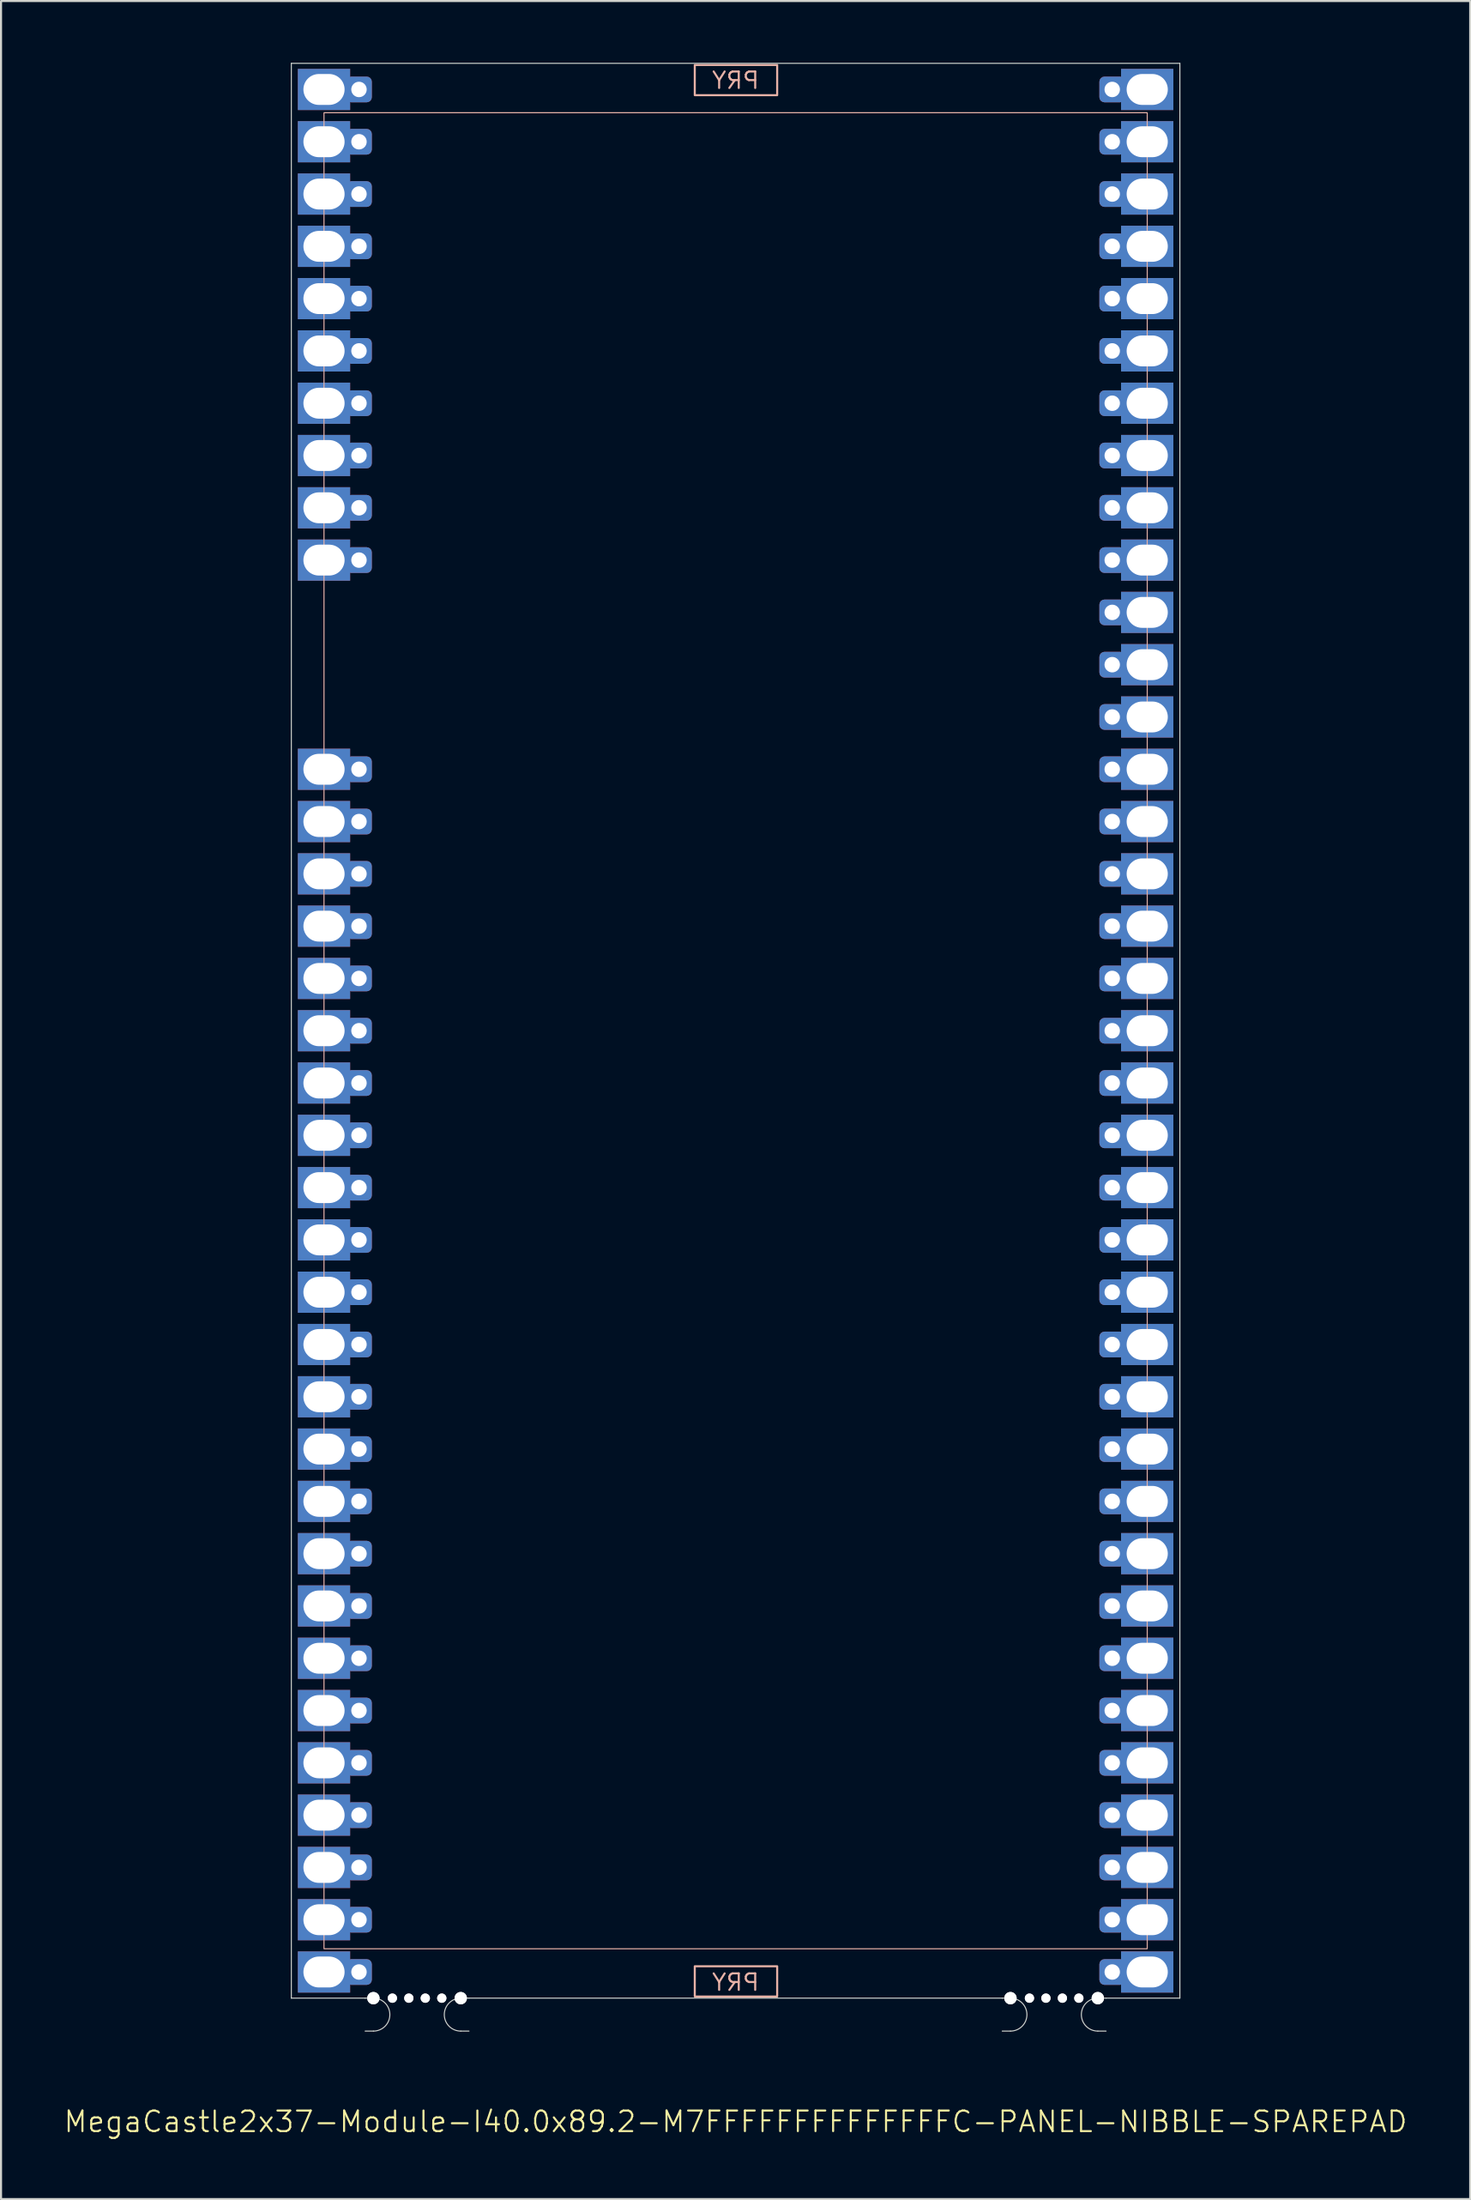
<source format=kicad_pcb>
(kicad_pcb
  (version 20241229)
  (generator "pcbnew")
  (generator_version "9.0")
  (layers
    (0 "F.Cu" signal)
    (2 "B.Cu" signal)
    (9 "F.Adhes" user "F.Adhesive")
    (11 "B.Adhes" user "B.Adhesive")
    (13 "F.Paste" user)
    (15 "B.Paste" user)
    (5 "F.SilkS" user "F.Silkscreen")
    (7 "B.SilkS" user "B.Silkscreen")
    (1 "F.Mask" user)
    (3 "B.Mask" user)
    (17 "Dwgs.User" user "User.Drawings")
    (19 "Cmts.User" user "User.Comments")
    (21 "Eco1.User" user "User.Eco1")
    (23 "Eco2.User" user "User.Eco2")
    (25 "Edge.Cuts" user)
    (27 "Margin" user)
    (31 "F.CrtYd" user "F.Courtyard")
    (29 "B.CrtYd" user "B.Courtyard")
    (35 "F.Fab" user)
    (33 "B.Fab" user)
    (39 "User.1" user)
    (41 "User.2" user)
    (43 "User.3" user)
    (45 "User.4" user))
  (footprint "MegaCastle2x37-Module-I40.0x89.2-M7FFFFFFFFFFFFFFC-PANEL-NIBBLE-SPAREPAD"
    (layer "F.Cu")
    (at 32.693 47.015)
    (property "Reference" "MegaCastle2x37-Module-I40.0x89.2-M7FFFFFFFFFFFFFFC-PANEL-NIBBLE-SPAREPAD" (at 0 52.99 0) (unlocked yes) (layer "F.SilkS") (effects (font (size 1 1) (thickness 0.1))))
    (attr smd)
    (fp_rect (start -20 44.59) (end 20 -44.59) (stroke (width 0.05) (type default)) (fill no) (layer "B.SilkS"))
    (fp_rect (start -1.984 -45.441) (end 2.02 -46.91) (stroke (width 0.1) (type default)) (fill no) (layer "B.SilkS"))
    (fp_rect (start -1.984 45.441) (end 2.02 46.91) (stroke (width 0.1) (type default)) (fill no) (layer "B.SilkS"))
    (fp_line (start -21.587 -46.99) (end -21.587 46.99) (stroke (width 0.05) (type default)) (layer "Edge.Cuts"))
    (fp_line (start -21.587 -46.99) (end 21.587 -46.99) (stroke (width 0.05) (type default)) (layer "Edge.Cuts"))
    (fp_line (start -21.587 46.99) (end -18 46.99) (stroke (width 0.05) (type default)) (layer "Edge.Cuts"))
    (fp_line (start -18 46.99) (end -17.6 46.99) (stroke (width 0.05) (type default)) (layer "Edge.Cuts"))
    (fp_line (start -18 48.59) (end -17.6 48.59) (stroke (width 0.05) (type default)) (layer "Edge.Cuts"))
    (fp_line (start -12.955 46.99) (end -13.355 46.99) (stroke (width 0.05) (type default)) (layer "Edge.Cuts"))
    (fp_line (start -12.955 46.99) (end 12.955 46.99) (stroke (width 0.05) (type default)) (layer "Edge.Cuts"))
    (fp_line (start -12.955 48.59) (end -13.355 48.59) (stroke (width 0.05) (type default)) (layer "Edge.Cuts"))
    (fp_line (start 12.955 46.99) (end 13.355 46.99) (stroke (width 0.05) (type default)) (layer "Edge.Cuts"))
    (fp_line (start 12.955 48.59) (end 13.355 48.59) (stroke (width 0.05) (type default)) (layer "Edge.Cuts"))
    (fp_line (start 18 46.99) (end 17.6 46.99) (stroke (width 0.05) (type default)) (layer "Edge.Cuts"))
    (fp_line (start 18 46.99) (end 21.587 46.99) (stroke (width 0.05) (type default)) (layer "Edge.Cuts"))
    (fp_line (start 18 48.59) (end 17.6 48.59) (stroke (width 0.05) (type default)) (layer "Edge.Cuts"))
    (fp_line (start 21.587 -46.99) (end 21.587 46.99) (stroke (width 0.05) (type default)) (layer "Edge.Cuts"))
    (fp_arc (start -17.6 46.990002) (mid -16.799999 47.790001) (end -17.6 48.59) (stroke (width 0.05) (type default)) (layer "Edge.Cuts"))
    (fp_arc (start -13.355 48.59) (mid -14.155 47.790001) (end -13.355 46.990002) (stroke (width 0.05) (type default)) (layer "Edge.Cuts"))
    (fp_arc (start 13.355001 46.990002) (mid 14.155002 47.790001) (end 13.355001 48.59) (stroke (width 0.05) (type default)) (layer "Edge.Cuts"))
    (fp_arc (start 17.600002 48.59) (mid 16.8 47.79) (end 17.600002 46.990002) (stroke (width 0.05) (type default)) (layer "Edge.Cuts"))
    (fp_text user "PRY" (at 0 46.69 0) (unlocked yes) (layer "B.SilkS") (effects (font (size 0.8 0.8) (thickness 0.1)) (justify bottom mirror)))
    (fp_text user "PRY" (at 0 -45.69 0) (unlocked yes) (layer "B.SilkS") (effects (font (size 0.8 0.8) (thickness 0.1)) (justify bottom mirror)))
    (pad "" np_thru_hole circle (at -17.6 46.99) (size 0.6 0.6) (drill 0.6) (layers "*.Cu" "Edge.Cuts"))
    (pad "" np_thru_hole circle (at -16.677 46.99) (size 0.45 0.45) (drill 0.45) (layers "*.Cu" "Edge.Cuts"))
    (pad "" np_thru_hole circle (at -15.878 46.99) (size 0.45 0.45) (drill 0.45) (layers "*.Cu" "Edge.Cuts"))
    (pad "" np_thru_hole circle (at -15.078 46.99) (size 0.45 0.45) (drill 0.45) (layers "*.Cu" "Edge.Cuts"))
    (pad "" np_thru_hole circle (at -14.277 46.99) (size 0.45 0.45) (drill 0.45) (layers "*.Cu" "Edge.Cuts"))
    (pad "" np_thru_hole circle (at -13.355 46.99) (size 0.6 0.6) (drill 0.6) (layers "*.Cu" "Edge.Cuts"))
    (pad "" np_thru_hole circle (at 13.355 46.99) (size 0.6 0.6) (drill 0.6) (layers "*.Cu" "Edge.Cuts"))
    (pad "" np_thru_hole circle (at 14.278 46.99) (size 0.45 0.45) (drill 0.45) (layers "*.Cu" "Edge.Cuts"))
    (pad "" np_thru_hole circle (at 15.078 46.99) (size 0.45 0.45) (drill 0.45) (layers "*.Cu" "Edge.Cuts"))
    (pad "" np_thru_hole circle (at 15.878 46.99) (size 0.45 0.45) (drill 0.45) (layers "*.Cu" "Edge.Cuts"))
    (pad "" np_thru_hole circle (at 16.678 46.99) (size 0.45 0.45) (drill 0.45) (layers "*.Cu" "Edge.Cuts"))
    (pad "" np_thru_hole circle (at 17.6 46.99) (size 0.6 0.6) (drill 0.6) (layers "*.Cu" "Edge.Cuts"))
    (pad "1" thru_hole rect (at -20 -45.72) (size 2.54 2) (drill oval 2 1.5) (property pad_prop_castellated) (layers "*.Cu" "*.Mask"))
    (pad "1" thru_hole roundrect (at -18.3 -45.72 180) (size 1.25 1.25) (drill 0.75) (layers "*.Cu" "*.Mask") (roundrect_rratio 0.2))
    (pad "2" thru_hole rect (at -20 -43.18) (size 2.54 2) (drill oval 2 1.5) (property pad_prop_castellated) (layers "*.Cu" "*.Mask"))
    (pad "2" thru_hole roundrect (at -18.3 -43.18 180) (size 1.25 1.25) (drill 0.75) (layers "*.Cu" "*.Mask") (roundrect_rratio 0.2))
    (pad "3" thru_hole rect (at -20 -40.64) (size 2.54 2) (drill oval 2 1.5) (property pad_prop_castellated) (layers "*.Cu" "*.Mask"))
    (pad "3" thru_hole roundrect (at -18.3 -40.64 180) (size 1.25 1.25) (drill 0.75) (layers "*.Cu" "*.Mask") (roundrect_rratio 0.2))
    (pad "4" thru_hole rect (at -20 -38.1) (size 2.54 2) (drill oval 2 1.5) (property pad_prop_castellated) (layers "*.Cu" "*.Mask"))
    (pad "4" thru_hole roundrect (at -18.3 -38.1 180) (size 1.25 1.25) (drill 0.75) (layers "*.Cu" "*.Mask") (roundrect_rratio 0.2))
    (pad "5" thru_hole rect (at -20 -35.56) (size 2.54 2) (drill oval 2 1.5) (property pad_prop_castellated) (layers "*.Cu" "*.Mask"))
    (pad "5" thru_hole roundrect (at -18.3 -35.56 180) (size 1.25 1.25) (drill 0.75) (layers "*.Cu" "*.Mask") (roundrect_rratio 0.2))
    (pad "6" thru_hole rect (at -20 -33.02) (size 2.54 2) (drill oval 2 1.5) (property pad_prop_castellated) (layers "*.Cu" "*.Mask"))
    (pad "6" thru_hole roundrect (at -18.3 -33.02 180) (size 1.25 1.25) (drill 0.75) (layers "*.Cu" "*.Mask") (roundrect_rratio 0.2))
    (pad "7" thru_hole rect (at -20 -30.48) (size 2.54 2) (drill oval 2 1.5) (property pad_prop_castellated) (layers "*.Cu" "*.Mask"))
    (pad "7" thru_hole roundrect (at -18.3 -30.48 180) (size 1.25 1.25) (drill 0.75) (layers "*.Cu" "*.Mask") (roundrect_rratio 0.2))
    (pad "8" thru_hole rect (at -20 -27.94) (size 2.54 2) (drill oval 2 1.5) (property pad_prop_castellated) (layers "*.Cu" "*.Mask"))
    (pad "8" thru_hole roundrect (at -18.3 -27.94 180) (size 1.25 1.25) (drill 0.75) (layers "*.Cu" "*.Mask") (roundrect_rratio 0.2))
    (pad "9" thru_hole rect (at -20 -25.4) (size 2.54 2) (drill oval 2 1.5) (property pad_prop_castellated) (layers "*.Cu" "*.Mask"))
    (pad "9" thru_hole roundrect (at -18.3 -25.4 180) (size 1.25 1.25) (drill 0.75) (layers "*.Cu" "*.Mask") (roundrect_rratio 0.2))
    (pad "10" thru_hole rect (at -20 -22.86) (size 2.54 2) (drill oval 2 1.5) (property pad_prop_castellated) (layers "*.Cu" "*.Mask"))
    (pad "10" thru_hole roundrect (at -18.3 -22.86 180) (size 1.25 1.25) (drill 0.75) (layers "*.Cu" "*.Mask") (roundrect_rratio 0.2))
    (pad "14" thru_hole rect (at -20 -12.7) (size 2.54 2) (drill oval 2 1.5) (property pad_prop_castellated) (layers "*.Cu" "*.Mask"))
    (pad "14" thru_hole roundrect (at -18.3 -12.7 180) (size 1.25 1.25) (drill 0.75) (layers "*.Cu" "*.Mask") (roundrect_rratio 0.2))
    (pad "15" thru_hole rect (at -20 -10.16) (size 2.54 2) (drill oval 2 1.5) (property pad_prop_castellated) (layers "*.Cu" "*.Mask"))
    (pad "15" thru_hole roundrect (at -18.3 -10.16 180) (size 1.25 1.25) (drill 0.75) (layers "*.Cu" "*.Mask") (roundrect_rratio 0.2))
    (pad "16" thru_hole rect (at -20 -7.62) (size 2.54 2) (drill oval 2 1.5) (property pad_prop_castellated) (layers "*.Cu" "*.Mask"))
    (pad "16" thru_hole roundrect (at -18.3 -7.62 180) (size 1.25 1.25) (drill 0.75) (layers "*.Cu" "*.Mask") (roundrect_rratio 0.2))
    (pad "17" thru_hole rect (at -20 -5.08) (size 2.54 2) (drill oval 2 1.5) (property pad_prop_castellated) (layers "*.Cu" "*.Mask"))
    (pad "17" thru_hole roundrect (at -18.3 -5.08 180) (size 1.25 1.25) (drill 0.75) (layers "*.Cu" "*.Mask") (roundrect_rratio 0.2))
    (pad "18" thru_hole rect (at -20 -2.54) (size 2.54 2) (drill oval 2 1.5) (property pad_prop_castellated) (layers "*.Cu" "*.Mask"))
    (pad "18" thru_hole roundrect (at -18.3 -2.54 180) (size 1.25 1.25) (drill 0.75) (layers "*.Cu" "*.Mask") (roundrect_rratio 0.2))
    (pad "19" thru_hole rect (at -20 0) (size 2.54 2) (drill oval 2 1.5) (property pad_prop_castellated) (layers "*.Cu" "*.Mask"))
    (pad "19" thru_hole roundrect (at -18.3 0 180) (size 1.25 1.25) (drill 0.75) (layers "*.Cu" "*.Mask") (roundrect_rratio 0.2))
    (pad "20" thru_hole rect (at -20 2.54) (size 2.54 2) (drill oval 2 1.5) (property pad_prop_castellated) (layers "*.Cu" "*.Mask"))
    (pad "20" thru_hole roundrect (at -18.3 2.54 180) (size 1.25 1.25) (drill 0.75) (layers "*.Cu" "*.Mask") (roundrect_rratio 0.2))
    (pad "21" thru_hole rect (at -20 5.08) (size 2.54 2) (drill oval 2 1.5) (property pad_prop_castellated) (layers "*.Cu" "*.Mask"))
    (pad "21" thru_hole roundrect (at -18.3 5.08 180) (size 1.25 1.25) (drill 0.75) (layers "*.Cu" "*.Mask") (roundrect_rratio 0.2))
    (pad "22" thru_hole rect (at -20 7.62) (size 2.54 2) (drill oval 2 1.5) (property pad_prop_castellated) (layers "*.Cu" "*.Mask"))
    (pad "22" thru_hole roundrect (at -18.3 7.62 180) (size 1.25 1.25) (drill 0.75) (layers "*.Cu" "*.Mask") (roundrect_rratio 0.2))
    (pad "23" thru_hole rect (at -20 10.16) (size 2.54 2) (drill oval 2 1.5) (property pad_prop_castellated) (layers "*.Cu" "*.Mask"))
    (pad "23" thru_hole roundrect (at -18.3 10.16 180) (size 1.25 1.25) (drill 0.75) (layers "*.Cu" "*.Mask") (roundrect_rratio 0.2))
    (pad "24" thru_hole rect (at -20 12.7) (size 2.54 2) (drill oval 2 1.5) (property pad_prop_castellated) (layers "*.Cu" "*.Mask"))
    (pad "24" thru_hole roundrect (at -18.3 12.7 180) (size 1.25 1.25) (drill 0.75) (layers "*.Cu" "*.Mask") (roundrect_rratio 0.2))
    (pad "25" thru_hole rect (at -20 15.24) (size 2.54 2) (drill oval 2 1.5) (property pad_prop_castellated) (layers "*.Cu" "*.Mask"))
    (pad "25" thru_hole roundrect (at -18.3 15.24 180) (size 1.25 1.25) (drill 0.75) (layers "*.Cu" "*.Mask") (roundrect_rratio 0.2))
    (pad "26" thru_hole rect (at -20 17.78) (size 2.54 2) (drill oval 2 1.5) (property pad_prop_castellated) (layers "*.Cu" "*.Mask"))
    (pad "26" thru_hole roundrect (at -18.3 17.78 180) (size 1.25 1.25) (drill 0.75) (layers "*.Cu" "*.Mask") (roundrect_rratio 0.2))
    (pad "27" thru_hole rect (at -20 20.32) (size 2.54 2) (drill oval 2 1.5) (property pad_prop_castellated) (layers "*.Cu" "*.Mask"))
    (pad "27" thru_hole roundrect (at -18.3 20.32 180) (size 1.25 1.25) (drill 0.75) (layers "*.Cu" "*.Mask") (roundrect_rratio 0.2))
    (pad "28" thru_hole rect (at -20 22.86) (size 2.54 2) (drill oval 2 1.5) (property pad_prop_castellated) (layers "*.Cu" "*.Mask"))
    (pad "28" thru_hole roundrect (at -18.3 22.86 180) (size 1.25 1.25) (drill 0.75) (layers "*.Cu" "*.Mask") (roundrect_rratio 0.2))
    (pad "29" thru_hole rect (at -20 25.4) (size 2.54 2) (drill oval 2 1.5) (property pad_prop_castellated) (layers "*.Cu" "*.Mask"))
    (pad "29" thru_hole roundrect (at -18.3 25.4 180) (size 1.25 1.25) (drill 0.75) (layers "*.Cu" "*.Mask") (roundrect_rratio 0.2))
    (pad "30" thru_hole rect (at -20 27.94) (size 2.54 2) (drill oval 2 1.5) (property pad_prop_castellated) (layers "*.Cu" "*.Mask"))
    (pad "30" thru_hole roundrect (at -18.3 27.94 180) (size 1.25 1.25) (drill 0.75) (layers "*.Cu" "*.Mask") (roundrect_rratio 0.2))
    (pad "31" thru_hole rect (at -20 30.48) (size 2.54 2) (drill oval 2 1.5) (property pad_prop_castellated) (layers "*.Cu" "*.Mask"))
    (pad "31" thru_hole roundrect (at -18.3 30.48 180) (size 1.25 1.25) (drill 0.75) (layers "*.Cu" "*.Mask") (roundrect_rratio 0.2))
    (pad "32" thru_hole rect (at -20 33.02) (size 2.54 2) (drill oval 2 1.5) (property pad_prop_castellated) (layers "*.Cu" "*.Mask"))
    (pad "32" thru_hole roundrect (at -18.3 33.02 180) (size 1.25 1.25) (drill 0.75) (layers "*.Cu" "*.Mask") (roundrect_rratio 0.2))
    (pad "33" thru_hole rect (at -20 35.56) (size 2.54 2) (drill oval 2 1.5) (property pad_prop_castellated) (layers "*.Cu" "*.Mask"))
    (pad "33" thru_hole roundrect (at -18.3 35.56 180) (size 1.25 1.25) (drill 0.75) (layers "*.Cu" "*.Mask") (roundrect_rratio 0.2))
    (pad "34" thru_hole rect (at -20 38.1) (size 2.54 2) (drill oval 2 1.5) (property pad_prop_castellated) (layers "*.Cu" "*.Mask"))
    (pad "34" thru_hole roundrect (at -18.3 38.1 180) (size 1.25 1.25) (drill 0.75) (layers "*.Cu" "*.Mask") (roundrect_rratio 0.2))
    (pad "35" thru_hole rect (at -20 40.64) (size 2.54 2) (drill oval 2 1.5) (property pad_prop_castellated) (layers "*.Cu" "*.Mask"))
    (pad "35" thru_hole roundrect (at -18.3 40.64 180) (size 1.25 1.25) (drill 0.75) (layers "*.Cu" "*.Mask") (roundrect_rratio 0.2))
    (pad "36" thru_hole rect (at -20 43.18) (size 2.54 2) (drill oval 2 1.5) (property pad_prop_castellated) (layers "*.Cu" "*.Mask"))
    (pad "36" thru_hole roundrect (at -18.3 43.18 180) (size 1.25 1.25) (drill 0.75) (layers "*.Cu" "*.Mask") (roundrect_rratio 0.2))
    (pad "37" thru_hole rect (at -20 45.72) (size 2.54 2) (drill oval 2 1.5) (property pad_prop_castellated) (layers "*.Cu" "*.Mask"))
    (pad "37" thru_hole roundrect (at -18.3 45.72 180) (size 1.25 1.25) (drill 0.75) (layers "*.Cu" "*.Mask") (roundrect_rratio 0.2))
    (pad "38" thru_hole roundrect (at 18.3 -45.72 180) (size 1.25 1.25) (drill 0.75) (layers "*.Cu" "*.Mask") (roundrect_rratio 0.2))
    (pad "38" thru_hole rect (at 20 -45.72) (size 2.54 2) (drill oval 2 1.5) (property pad_prop_castellated) (layers "*.Cu" "*.Mask"))
    (pad "39" thru_hole roundrect (at 18.3 -43.18 180) (size 1.25 1.25) (drill 0.75) (layers "*.Cu" "*.Mask") (roundrect_rratio 0.2))
    (pad "39" thru_hole rect (at 20 -43.18) (size 2.54 2) (drill oval 2 1.5) (property pad_prop_castellated) (layers "*.Cu" "*.Mask"))
    (pad "40" thru_hole roundrect (at 18.3 -40.64 180) (size 1.25 1.25) (drill 0.75) (layers "*.Cu" "*.Mask") (roundrect_rratio 0.2))
    (pad "40" thru_hole rect (at 20 -40.64) (size 2.54 2) (drill oval 2 1.5) (property pad_prop_castellated) (layers "*.Cu" "*.Mask"))
    (pad "41" thru_hole roundrect (at 18.3 -38.1 180) (size 1.25 1.25) (drill 0.75) (layers "*.Cu" "*.Mask") (roundrect_rratio 0.2))
    (pad "41" thru_hole rect (at 20 -38.1) (size 2.54 2) (drill oval 2 1.5) (property pad_prop_castellated) (layers "*.Cu" "*.Mask"))
    (pad "42" thru_hole roundrect (at 18.3 -35.56 180) (size 1.25 1.25) (drill 0.75) (layers "*.Cu" "*.Mask") (roundrect_rratio 0.2))
    (pad "42" thru_hole rect (at 20 -35.56) (size 2.54 2) (drill oval 2 1.5) (property pad_prop_castellated) (layers "*.Cu" "*.Mask"))
    (pad "43" thru_hole roundrect (at 18.3 -33.02 180) (size 1.25 1.25) (drill 0.75) (layers "*.Cu" "*.Mask") (roundrect_rratio 0.2))
    (pad "43" thru_hole rect (at 20 -33.02) (size 2.54 2) (drill oval 2 1.5) (property pad_prop_castellated) (layers "*.Cu" "*.Mask"))
    (pad "44" thru_hole roundrect (at 18.3 -30.48 180) (size 1.25 1.25) (drill 0.75) (layers "*.Cu" "*.Mask") (roundrect_rratio 0.2))
    (pad "44" thru_hole rect (at 20 -30.48) (size 2.54 2) (drill oval 2 1.5) (property pad_prop_castellated) (layers "*.Cu" "*.Mask"))
    (pad "45" thru_hole roundrect (at 18.3 -27.94 180) (size 1.25 1.25) (drill 0.75) (layers "*.Cu" "*.Mask") (roundrect_rratio 0.2))
    (pad "45" thru_hole rect (at 20 -27.94) (size 2.54 2) (drill oval 2 1.5) (property pad_prop_castellated) (layers "*.Cu" "*.Mask"))
    (pad "46" thru_hole roundrect (at 18.3 -25.4 180) (size 1.25 1.25) (drill 0.75) (layers "*.Cu" "*.Mask") (roundrect_rratio 0.2))
    (pad "46" thru_hole rect (at 20 -25.4) (size 2.54 2) (drill oval 2 1.5) (property pad_prop_castellated) (layers "*.Cu" "*.Mask"))
    (pad "47" thru_hole roundrect (at 18.3 -22.86 180) (size 1.25 1.25) (drill 0.75) (layers "*.Cu" "*.Mask") (roundrect_rratio 0.2))
    (pad "47" thru_hole rect (at 20 -22.86) (size 2.54 2) (drill oval 2 1.5) (property pad_prop_castellated) (layers "*.Cu" "*.Mask"))
    (pad "48" thru_hole roundrect (at 18.3 -20.32 180) (size 1.25 1.25) (drill 0.75) (layers "*.Cu" "*.Mask") (roundrect_rratio 0.2))
    (pad "48" thru_hole rect (at 20 -20.32) (size 2.54 2) (drill oval 2 1.5) (property pad_prop_castellated) (layers "*.Cu" "*.Mask"))
    (pad "49" thru_hole roundrect (at 18.3 -17.78 180) (size 1.25 1.25) (drill 0.75) (layers "*.Cu" "*.Mask") (roundrect_rratio 0.2))
    (pad "49" thru_hole rect (at 20 -17.78) (size 2.54 2) (drill oval 2 1.5) (property pad_prop_castellated) (layers "*.Cu" "*.Mask"))
    (pad "50" thru_hole roundrect (at 18.3 -15.24 180) (size 1.25 1.25) (drill 0.75) (layers "*.Cu" "*.Mask") (roundrect_rratio 0.2))
    (pad "50" thru_hole rect (at 20 -15.24) (size 2.54 2) (drill oval 2 1.5) (property pad_prop_castellated) (layers "*.Cu" "*.Mask"))
    (pad "51" thru_hole roundrect (at 18.3 -12.7 180) (size 1.25 1.25) (drill 0.75) (layers "*.Cu" "*.Mask") (roundrect_rratio 0.2))
    (pad "51" thru_hole rect (at 20 -12.7) (size 2.54 2) (drill oval 2 1.5) (property pad_prop_castellated) (layers "*.Cu" "*.Mask"))
    (pad "52" thru_hole roundrect (at 18.3 -10.16 180) (size 1.25 1.25) (drill 0.75) (layers "*.Cu" "*.Mask") (roundrect_rratio 0.2))
    (pad "52" thru_hole rect (at 20 -10.16) (size 2.54 2) (drill oval 2 1.5) (property pad_prop_castellated) (layers "*.Cu" "*.Mask"))
    (pad "53" thru_hole roundrect (at 18.3 -7.62 180) (size 1.25 1.25) (drill 0.75) (layers "*.Cu" "*.Mask") (roundrect_rratio 0.2))
    (pad "53" thru_hole rect (at 20 -7.62) (size 2.54 2) (drill oval 2 1.5) (property pad_prop_castellated) (layers "*.Cu" "*.Mask"))
    (pad "54" thru_hole roundrect (at 18.3 -5.08 180) (size 1.25 1.25) (drill 0.75) (layers "*.Cu" "*.Mask") (roundrect_rratio 0.2))
    (pad "54" thru_hole rect (at 20 -5.08) (size 2.54 2) (drill oval 2 1.5) (property pad_prop_castellated) (layers "*.Cu" "*.Mask"))
    (pad "55" thru_hole roundrect (at 18.3 -2.54 180) (size 1.25 1.25) (drill 0.75) (layers "*.Cu" "*.Mask") (roundrect_rratio 0.2))
    (pad "55" thru_hole rect (at 20 -2.54) (size 2.54 2) (drill oval 2 1.5) (property pad_prop_castellated) (layers "*.Cu" "*.Mask"))
    (pad "56" thru_hole roundrect (at 18.3 0 180) (size 1.25 1.25) (drill 0.75) (layers "*.Cu" "*.Mask") (roundrect_rratio 0.2))
    (pad "56" thru_hole rect (at 20 0) (size 2.54 2) (drill oval 2 1.5) (property pad_prop_castellated) (layers "*.Cu" "*.Mask"))
    (pad "57" thru_hole roundrect (at 18.3 2.54 180) (size 1.25 1.25) (drill 0.75) (layers "*.Cu" "*.Mask") (roundrect_rratio 0.2))
    (pad "57" thru_hole rect (at 20 2.54) (size 2.54 2) (drill oval 2 1.5) (property pad_prop_castellated) (layers "*.Cu" "*.Mask"))
    (pad "58" thru_hole roundrect (at 18.3 5.08 180) (size 1.25 1.25) (drill 0.75) (layers "*.Cu" "*.Mask") (roundrect_rratio 0.2))
    (pad "58" thru_hole rect (at 20 5.08) (size 2.54 2) (drill oval 2 1.5) (property pad_prop_castellated) (layers "*.Cu" "*.Mask"))
    (pad "59" thru_hole roundrect (at 18.3 7.62 180) (size 1.25 1.25) (drill 0.75) (layers "*.Cu" "*.Mask") (roundrect_rratio 0.2))
    (pad "59" thru_hole rect (at 20 7.62) (size 2.54 2) (drill oval 2 1.5) (property pad_prop_castellated) (layers "*.Cu" "*.Mask"))
    (pad "60" thru_hole roundrect (at 18.3 10.16 180) (size 1.25 1.25) (drill 0.75) (layers "*.Cu" "*.Mask") (roundrect_rratio 0.2))
    (pad "60" thru_hole rect (at 20 10.16) (size 2.54 2) (drill oval 2 1.5) (property pad_prop_castellated) (layers "*.Cu" "*.Mask"))
    (pad "61" thru_hole roundrect (at 18.3 12.7 180) (size 1.25 1.25) (drill 0.75) (layers "*.Cu" "*.Mask") (roundrect_rratio 0.2))
    (pad "61" thru_hole rect (at 20 12.7) (size 2.54 2) (drill oval 2 1.5) (property pad_prop_castellated) (layers "*.Cu" "*.Mask"))
    (pad "62" thru_hole roundrect (at 18.3 15.24 180) (size 1.25 1.25) (drill 0.75) (layers "*.Cu" "*.Mask") (roundrect_rratio 0.2))
    (pad "62" thru_hole rect (at 20 15.24) (size 2.54 2) (drill oval 2 1.5) (property pad_prop_castellated) (layers "*.Cu" "*.Mask"))
    (pad "63" thru_hole roundrect (at 18.3 17.78 180) (size 1.25 1.25) (drill 0.75) (layers "*.Cu" "*.Mask") (roundrect_rratio 0.2))
    (pad "63" thru_hole rect (at 20 17.78) (size 2.54 2) (drill oval 2 1.5) (property pad_prop_castellated) (layers "*.Cu" "*.Mask"))
    (pad "64" thru_hole roundrect (at 18.3 20.32 180) (size 1.25 1.25) (drill 0.75) (layers "*.Cu" "*.Mask") (roundrect_rratio 0.2))
    (pad "64" thru_hole rect (at 20 20.32) (size 2.54 2) (drill oval 2 1.5) (property pad_prop_castellated) (layers "*.Cu" "*.Mask"))
    (pad "65" thru_hole roundrect (at 18.3 22.86 180) (size 1.25 1.25) (drill 0.75) (layers "*.Cu" "*.Mask") (roundrect_rratio 0.2))
    (pad "65" thru_hole rect (at 20 22.86) (size 2.54 2) (drill oval 2 1.5) (property pad_prop_castellated) (layers "*.Cu" "*.Mask"))
    (pad "66" thru_hole roundrect (at 18.3 25.4 180) (size 1.25 1.25) (drill 0.75) (layers "*.Cu" "*.Mask") (roundrect_rratio 0.2))
    (pad "66" thru_hole rect (at 20 25.4) (size 2.54 2) (drill oval 2 1.5) (property pad_prop_castellated) (layers "*.Cu" "*.Mask"))
    (pad "67" thru_hole roundrect (at 18.3 27.94 180) (size 1.25 1.25) (drill 0.75) (layers "*.Cu" "*.Mask") (roundrect_rratio 0.2))
    (pad "67" thru_hole rect (at 20 27.94) (size 2.54 2) (drill oval 2 1.5) (property pad_prop_castellated) (layers "*.Cu" "*.Mask"))
    (pad "68" thru_hole roundrect (at 18.3 30.48 180) (size 1.25 1.25) (drill 0.75) (layers "*.Cu" "*.Mask") (roundrect_rratio 0.2))
    (pad "68" thru_hole rect (at 20 30.48) (size 2.54 2) (drill oval 2 1.5) (property pad_prop_castellated) (layers "*.Cu" "*.Mask"))
    (pad "69" thru_hole roundrect (at 18.3 33.02 180) (size 1.25 1.25) (drill 0.75) (layers "*.Cu" "*.Mask") (roundrect_rratio 0.2))
    (pad "69" thru_hole rect (at 20 33.02) (size 2.54 2) (drill oval 2 1.5) (property pad_prop_castellated) (layers "*.Cu" "*.Mask"))
    (pad "70" thru_hole roundrect (at 18.3 35.56 180) (size 1.25 1.25) (drill 0.75) (layers "*.Cu" "*.Mask") (roundrect_rratio 0.2))
    (pad "70" thru_hole rect (at 20 35.56) (size 2.54 2) (drill oval 2 1.5) (property pad_prop_castellated) (layers "*.Cu" "*.Mask"))
    (pad "71" thru_hole roundrect (at 18.3 38.1 180) (size 1.25 1.25) (drill 0.75) (layers "*.Cu" "*.Mask") (roundrect_rratio 0.2))
    (pad "71" thru_hole rect (at 20 38.1) (size 2.54 2) (drill oval 2 1.5) (property pad_prop_castellated) (layers "*.Cu" "*.Mask"))
    (pad "72" thru_hole roundrect (at 18.3 40.64 180) (size 1.25 1.25) (drill 0.75) (layers "*.Cu" "*.Mask") (roundrect_rratio 0.2))
    (pad "72" thru_hole rect (at 20 40.64) (size 2.54 2) (drill oval 2 1.5) (property pad_prop_castellated) (layers "*.Cu" "*.Mask"))
    (pad "73" thru_hole roundrect (at 18.3 43.18 180) (size 1.25 1.25) (drill 0.75) (layers "*.Cu" "*.Mask") (roundrect_rratio 0.2))
    (pad "73" thru_hole rect (at 20 43.18) (size 2.54 2) (drill oval 2 1.5) (property pad_prop_castellated) (layers "*.Cu" "*.Mask"))
    (pad "74" thru_hole roundrect (at 18.3 45.72 180) (size 1.25 1.25) (drill 0.75) (layers "*.Cu" "*.Mask") (roundrect_rratio 0.2))
    (pad "74" thru_hole rect (at 20 45.72) (size 2.54 2) (drill oval 2 1.5) (property pad_prop_castellated) (layers "*.Cu" "*.Mask"))
    (zone (net_name "") (layer "B.Cu") (hatch edge 0.5) (connect_pads) (min_thickness 0.25) (filled_areas_thickness no) (keepout (tracks allowed) (vias allowed) (pads allowed) (copperpour allowed) (footprints not_allowed)) (placement (enabled no)) (fill) (polygon (pts (xy 12.693 94.005) (xy 12.693 0.025))))
    (zone (net_name "") (layer "B.Cu") (hatch edge 0.5) (connect_pads) (min_thickness 0.25) (filled_areas_thickness no) (keepout (tracks allowed) (vias allowed) (pads allowed) (copperpour allowed) (footprints not_allowed)) (placement (enabled no)) (fill) (polygon (pts (xy 52.693 94.005) (xy 52.693 0.025))))
    (zone (net_name "") (layer "B.Cu") (hatch edge 0.5) (connect_pads) (min_thickness 0.25) (filled_areas_thickness no) (keepout (tracks allowed) (vias allowed) (pads allowed) (copperpour allowed) (footprints not_allowed)) (placement (enabled no)) (fill) (polygon (pts (xy 12.693 0.025) (xy 12.693 2.425) (xy 52.693 2.425) (xy 52.693 0.025))))
    (zone (net_name "") (layer "B.Cu") (hatch edge 0.5) (connect_pads) (min_thickness 0.25) (filled_areas_thickness no) (keepout (tracks allowed) (vias allowed) (pads allowed) (copperpour allowed) (footprints not_allowed)) (placement (enabled no)) (fill) (polygon (pts (xy 12.693 94.005) (xy 12.693 91.605) (xy 52.693 91.605) (xy 52.693 94.005))))
    (zone (net_name "") (layer "B.Cu") (name "Upper Pry Zone") (hatch edge 0.5) (connect_pads) (min_thickness 0.25) (filled_areas_thickness no) (keepout (tracks not_allowed) (vias not_allowed) (pads not_allowed) (copperpour allowed) (footprints not_allowed)) (placement (enabled no)) (fill) (polygon (pts (xy 30.709 1.574) (xy 30.709 0.105) (xy 34.712 0.105) (xy 34.712 1.574))))
    (zone (net_name "") (layer "B.Cu") (name "Upper Pry Zone") (hatch edge 0.5) (connect_pads) (min_thickness 0.25) (filled_areas_thickness no) (keepout (tracks not_allowed) (vias not_allowed) (pads not_allowed) (copperpour allowed) (footprints not_allowed)) (placement (enabled no)) (fill) (polygon (pts (xy 30.709 92.456) (xy 30.709 93.925) (xy 34.712 93.925) (xy 34.712 92.456)))))
  (gr_rect
    (start -3 -3)
    (end 68.386 103.766)
    (stroke (width 0.1) (type default))
    (fill no)
    (layer "Edge.Cuts")))
</source>
